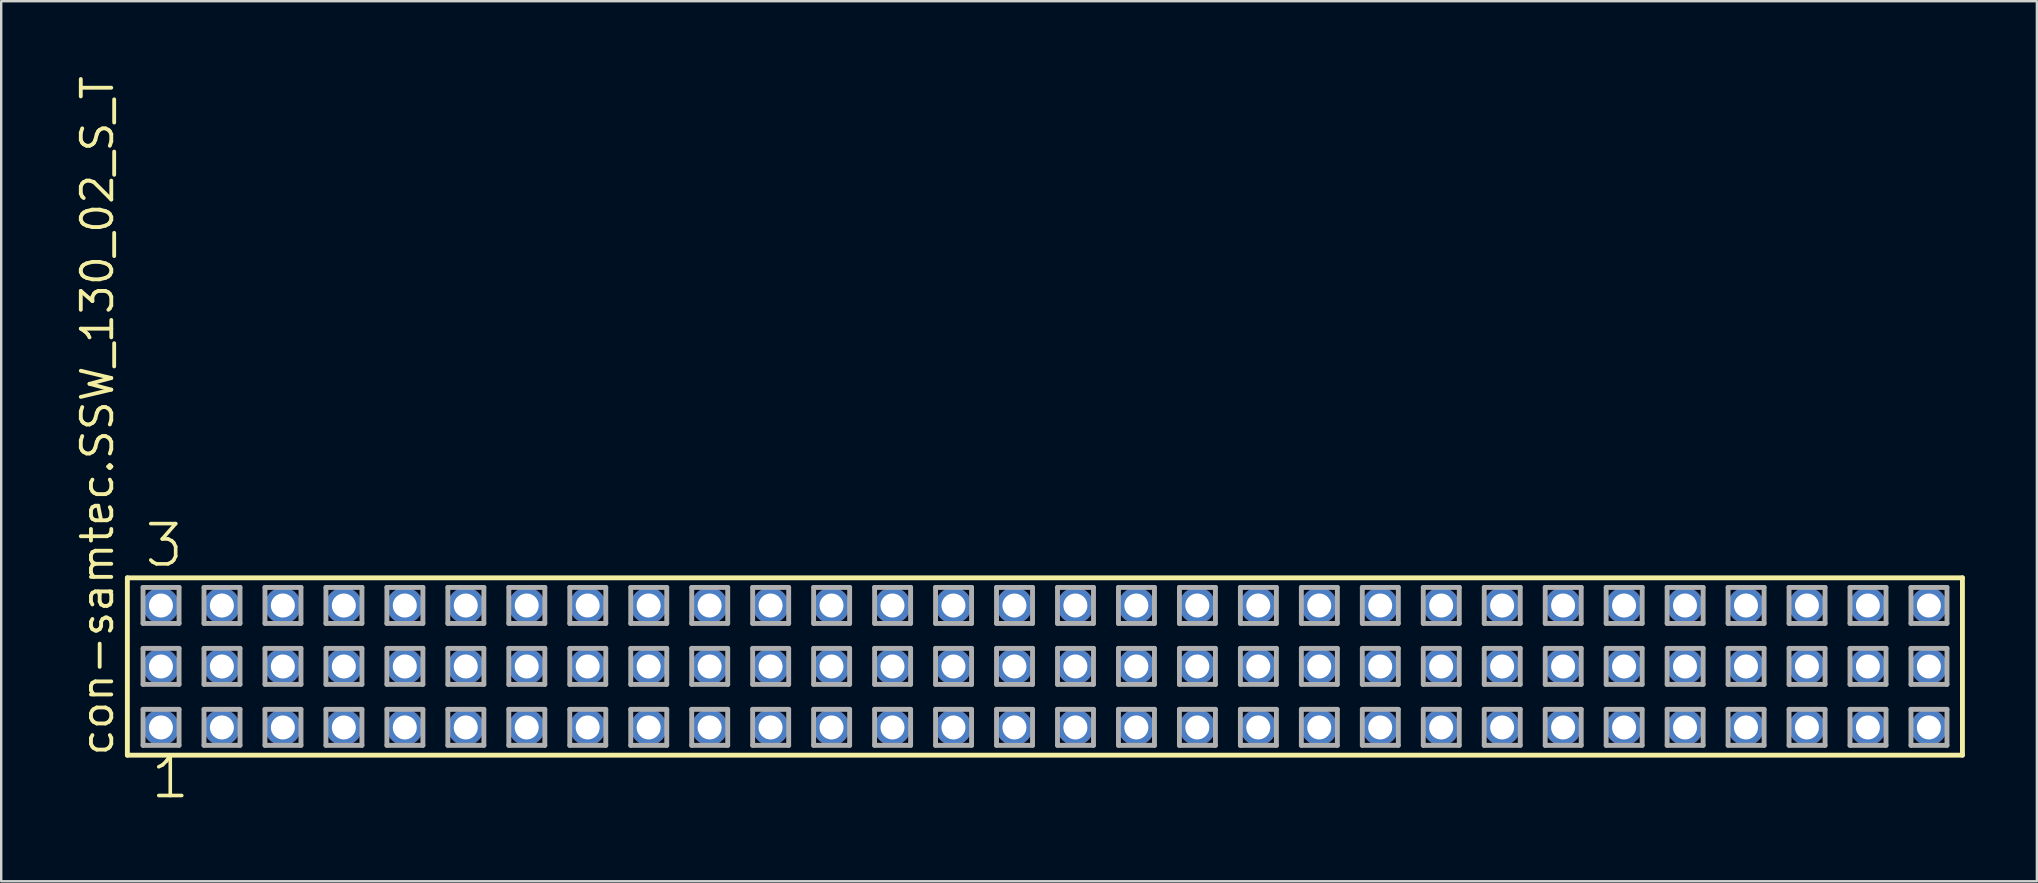
<source format=kicad_pcb>
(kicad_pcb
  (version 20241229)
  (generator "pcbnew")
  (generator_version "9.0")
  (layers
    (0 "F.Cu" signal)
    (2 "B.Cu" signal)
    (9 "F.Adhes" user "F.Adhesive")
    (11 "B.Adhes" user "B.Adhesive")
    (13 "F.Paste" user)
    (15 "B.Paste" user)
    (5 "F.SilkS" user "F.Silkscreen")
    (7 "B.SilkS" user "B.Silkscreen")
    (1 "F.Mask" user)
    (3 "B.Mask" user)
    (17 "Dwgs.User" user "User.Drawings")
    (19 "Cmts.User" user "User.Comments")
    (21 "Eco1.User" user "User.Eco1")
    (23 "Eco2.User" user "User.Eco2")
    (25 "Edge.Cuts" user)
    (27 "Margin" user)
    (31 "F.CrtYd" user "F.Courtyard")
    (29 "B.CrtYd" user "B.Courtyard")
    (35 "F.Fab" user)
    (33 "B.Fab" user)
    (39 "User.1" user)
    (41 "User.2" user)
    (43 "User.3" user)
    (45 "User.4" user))
  (footprint "con-samtec.SSW_130_02_S_T"
    (layer "F.Cu")
    (at 40.485 24.719)
    (property "Reference" "con-samtec.SSW_130_02_S_T" (at -38.735 3.81 90) (layer "F.SilkS") (effects (font (size 1.27 1.27) (thickness 0.16)) (justify left bottom)))
    (attr through_hole)
    (fp_line (start -38.229 -3.695) (end 38.229 -3.695) (stroke (width 0.203) (type default)) (layer "F.SilkS"))
    (fp_line (start -38.229 3.695) (end -38.229 -3.695) (stroke (width 0.203) (type default)) (layer "F.SilkS"))
    (fp_line (start 38.229 -3.695) (end 38.229 3.695) (stroke (width 0.203) (type default)) (layer "F.SilkS"))
    (fp_line (start 38.229 3.695) (end -38.229 3.695) (stroke (width 0.203) (type default)) (layer "F.SilkS"))
    (fp_line (start -37.575 -3.295) (end -36.075 -3.295) (stroke (width 0.203) (type default)) (layer "F.Fab"))
    (fp_line (start -37.575 -1.795) (end -37.575 -3.295) (stroke (width 0.203) (type default)) (layer "F.Fab"))
    (fp_line (start -37.575 -0.755) (end -36.075 -0.755) (stroke (width 0.203) (type default)) (layer "F.Fab"))
    (fp_line (start -37.575 0.745) (end -37.575 -0.755) (stroke (width 0.203) (type default)) (layer "F.Fab"))
    (fp_line (start -37.575 1.785) (end -36.075 1.785) (stroke (width 0.203) (type default)) (layer "F.Fab"))
    (fp_line (start -37.575 3.285) (end -37.575 1.785) (stroke (width 0.203) (type default)) (layer "F.Fab"))
    (fp_line (start -36.075 -3.295) (end -36.075 -1.795) (stroke (width 0.203) (type default)) (layer "F.Fab"))
    (fp_line (start -36.075 -1.795) (end -37.575 -1.795) (stroke (width 0.203) (type default)) (layer "F.Fab"))
    (fp_line (start -36.075 -0.755) (end -36.075 0.745) (stroke (width 0.203) (type default)) (layer "F.Fab"))
    (fp_line (start -36.075 0.745) (end -37.575 0.745) (stroke (width 0.203) (type default)) (layer "F.Fab"))
    (fp_line (start -36.075 1.785) (end -36.075 3.285) (stroke (width 0.203) (type default)) (layer "F.Fab"))
    (fp_line (start -36.075 3.285) (end -37.575 3.285) (stroke (width 0.203) (type default)) (layer "F.Fab"))
    (fp_line (start -35.035 -3.295) (end -33.535 -3.295) (stroke (width 0.203) (type default)) (layer "F.Fab"))
    (fp_line (start -35.035 -1.795) (end -35.035 -3.295) (stroke (width 0.203) (type default)) (layer "F.Fab"))
    (fp_line (start -35.035 -0.755) (end -33.535 -0.755) (stroke (width 0.203) (type default)) (layer "F.Fab"))
    (fp_line (start -35.035 0.745) (end -35.035 -0.755) (stroke (width 0.203) (type default)) (layer "F.Fab"))
    (fp_line (start -35.035 1.785) (end -33.535 1.785) (stroke (width 0.203) (type default)) (layer "F.Fab"))
    (fp_line (start -35.035 3.285) (end -35.035 1.785) (stroke (width 0.203) (type default)) (layer "F.Fab"))
    (fp_line (start -33.535 -3.295) (end -33.535 -1.795) (stroke (width 0.203) (type default)) (layer "F.Fab"))
    (fp_line (start -33.535 -1.795) (end -35.035 -1.795) (stroke (width 0.203) (type default)) (layer "F.Fab"))
    (fp_line (start -33.535 -0.755) (end -33.535 0.745) (stroke (width 0.203) (type default)) (layer "F.Fab"))
    (fp_line (start -33.535 0.745) (end -35.035 0.745) (stroke (width 0.203) (type default)) (layer "F.Fab"))
    (fp_line (start -33.535 1.785) (end -33.535 3.285) (stroke (width 0.203) (type default)) (layer "F.Fab"))
    (fp_line (start -33.535 3.285) (end -35.035 3.285) (stroke (width 0.203) (type default)) (layer "F.Fab"))
    (fp_line (start -32.495 -3.295) (end -30.995 -3.295) (stroke (width 0.203) (type default)) (layer "F.Fab"))
    (fp_line (start -32.495 -1.795) (end -32.495 -3.295) (stroke (width 0.203) (type default)) (layer "F.Fab"))
    (fp_line (start -32.495 -0.755) (end -30.995 -0.755) (stroke (width 0.203) (type default)) (layer "F.Fab"))
    (fp_line (start -32.495 0.745) (end -32.495 -0.755) (stroke (width 0.203) (type default)) (layer "F.Fab"))
    (fp_line (start -32.495 1.785) (end -30.995 1.785) (stroke (width 0.203) (type default)) (layer "F.Fab"))
    (fp_line (start -32.495 3.285) (end -32.495 1.785) (stroke (width 0.203) (type default)) (layer "F.Fab"))
    (fp_line (start -30.995 -3.295) (end -30.995 -1.795) (stroke (width 0.203) (type default)) (layer "F.Fab"))
    (fp_line (start -30.995 -1.795) (end -32.495 -1.795) (stroke (width 0.203) (type default)) (layer "F.Fab"))
    (fp_line (start -30.995 -0.755) (end -30.995 0.745) (stroke (width 0.203) (type default)) (layer "F.Fab"))
    (fp_line (start -30.995 0.745) (end -32.495 0.745) (stroke (width 0.203) (type default)) (layer "F.Fab"))
    (fp_line (start -30.995 1.785) (end -30.995 3.285) (stroke (width 0.203) (type default)) (layer "F.Fab"))
    (fp_line (start -30.995 3.285) (end -32.495 3.285) (stroke (width 0.203) (type default)) (layer "F.Fab"))
    (fp_line (start -29.955 -3.295) (end -28.455 -3.295) (stroke (width 0.203) (type default)) (layer "F.Fab"))
    (fp_line (start -29.955 -1.795) (end -29.955 -3.295) (stroke (width 0.203) (type default)) (layer "F.Fab"))
    (fp_line (start -29.955 -0.755) (end -28.455 -0.755) (stroke (width 0.203) (type default)) (layer "F.Fab"))
    (fp_line (start -29.955 0.745) (end -29.955 -0.755) (stroke (width 0.203) (type default)) (layer "F.Fab"))
    (fp_line (start -29.955 1.785) (end -28.455 1.785) (stroke (width 0.203) (type default)) (layer "F.Fab"))
    (fp_line (start -29.955 3.285) (end -29.955 1.785) (stroke (width 0.203) (type default)) (layer "F.Fab"))
    (fp_line (start -28.455 -3.295) (end -28.455 -1.795) (stroke (width 0.203) (type default)) (layer "F.Fab"))
    (fp_line (start -28.455 -1.795) (end -29.955 -1.795) (stroke (width 0.203) (type default)) (layer "F.Fab"))
    (fp_line (start -28.455 -0.755) (end -28.455 0.745) (stroke (width 0.203) (type default)) (layer "F.Fab"))
    (fp_line (start -28.455 0.745) (end -29.955 0.745) (stroke (width 0.203) (type default)) (layer "F.Fab"))
    (fp_line (start -28.455 1.785) (end -28.455 3.285) (stroke (width 0.203) (type default)) (layer "F.Fab"))
    (fp_line (start -28.455 3.285) (end -29.955 3.285) (stroke (width 0.203) (type default)) (layer "F.Fab"))
    (fp_line (start -27.415 -3.295) (end -25.915 -3.295) (stroke (width 0.203) (type default)) (layer "F.Fab"))
    (fp_line (start -27.415 -1.795) (end -27.415 -3.295) (stroke (width 0.203) (type default)) (layer "F.Fab"))
    (fp_line (start -27.415 -0.755) (end -25.915 -0.755) (stroke (width 0.203) (type default)) (layer "F.Fab"))
    (fp_line (start -27.415 0.745) (end -27.415 -0.755) (stroke (width 0.203) (type default)) (layer "F.Fab"))
    (fp_line (start -27.415 1.785) (end -25.915 1.785) (stroke (width 0.203) (type default)) (layer "F.Fab"))
    (fp_line (start -27.415 3.285) (end -27.415 1.785) (stroke (width 0.203) (type default)) (layer "F.Fab"))
    (fp_line (start -25.915 -3.295) (end -25.915 -1.795) (stroke (width 0.203) (type default)) (layer "F.Fab"))
    (fp_line (start -25.915 -1.795) (end -27.415 -1.795) (stroke (width 0.203) (type default)) (layer "F.Fab"))
    (fp_line (start -25.915 -0.755) (end -25.915 0.745) (stroke (width 0.203) (type default)) (layer "F.Fab"))
    (fp_line (start -25.915 0.745) (end -27.415 0.745) (stroke (width 0.203) (type default)) (layer "F.Fab"))
    (fp_line (start -25.915 1.785) (end -25.915 3.285) (stroke (width 0.203) (type default)) (layer "F.Fab"))
    (fp_line (start -25.915 3.285) (end -27.415 3.285) (stroke (width 0.203) (type default)) (layer "F.Fab"))
    (fp_line (start -24.875 -3.295) (end -23.375 -3.295) (stroke (width 0.203) (type default)) (layer "F.Fab"))
    (fp_line (start -24.875 -1.795) (end -24.875 -3.295) (stroke (width 0.203) (type default)) (layer "F.Fab"))
    (fp_line (start -24.875 -0.755) (end -23.375 -0.755) (stroke (width 0.203) (type default)) (layer "F.Fab"))
    (fp_line (start -24.875 0.745) (end -24.875 -0.755) (stroke (width 0.203) (type default)) (layer "F.Fab"))
    (fp_line (start -24.875 1.785) (end -23.375 1.785) (stroke (width 0.203) (type default)) (layer "F.Fab"))
    (fp_line (start -24.875 3.285) (end -24.875 1.785) (stroke (width 0.203) (type default)) (layer "F.Fab"))
    (fp_line (start -23.375 -3.295) (end -23.375 -1.795) (stroke (width 0.203) (type default)) (layer "F.Fab"))
    (fp_line (start -23.375 -1.795) (end -24.875 -1.795) (stroke (width 0.203) (type default)) (layer "F.Fab"))
    (fp_line (start -23.375 -0.755) (end -23.375 0.745) (stroke (width 0.203) (type default)) (layer "F.Fab"))
    (fp_line (start -23.375 0.745) (end -24.875 0.745) (stroke (width 0.203) (type default)) (layer "F.Fab"))
    (fp_line (start -23.375 1.785) (end -23.375 3.285) (stroke (width 0.203) (type default)) (layer "F.Fab"))
    (fp_line (start -23.375 3.285) (end -24.875 3.285) (stroke (width 0.203) (type default)) (layer "F.Fab"))
    (fp_line (start -22.335 -3.295) (end -20.835 -3.295) (stroke (width 0.203) (type default)) (layer "F.Fab"))
    (fp_line (start -22.335 -1.795) (end -22.335 -3.295) (stroke (width 0.203) (type default)) (layer "F.Fab"))
    (fp_line (start -22.335 -0.755) (end -20.835 -0.755) (stroke (width 0.203) (type default)) (layer "F.Fab"))
    (fp_line (start -22.335 0.745) (end -22.335 -0.755) (stroke (width 0.203) (type default)) (layer "F.Fab"))
    (fp_line (start -22.335 1.785) (end -20.835 1.785) (stroke (width 0.203) (type default)) (layer "F.Fab"))
    (fp_line (start -22.335 3.285) (end -22.335 1.785) (stroke (width 0.203) (type default)) (layer "F.Fab"))
    (fp_line (start -20.835 -3.295) (end -20.835 -1.795) (stroke (width 0.203) (type default)) (layer "F.Fab"))
    (fp_line (start -20.835 -1.795) (end -22.335 -1.795) (stroke (width 0.203) (type default)) (layer "F.Fab"))
    (fp_line (start -20.835 -0.755) (end -20.835 0.745) (stroke (width 0.203) (type default)) (layer "F.Fab"))
    (fp_line (start -20.835 0.745) (end -22.335 0.745) (stroke (width 0.203) (type default)) (layer "F.Fab"))
    (fp_line (start -20.835 1.785) (end -20.835 3.285) (stroke (width 0.203) (type default)) (layer "F.Fab"))
    (fp_line (start -20.835 3.285) (end -22.335 3.285) (stroke (width 0.203) (type default)) (layer "F.Fab"))
    (fp_line (start -19.795 -3.295) (end -18.295 -3.295) (stroke (width 0.203) (type default)) (layer "F.Fab"))
    (fp_line (start -19.795 -1.795) (end -19.795 -3.295) (stroke (width 0.203) (type default)) (layer "F.Fab"))
    (fp_line (start -19.795 -0.755) (end -18.295 -0.755) (stroke (width 0.203) (type default)) (layer "F.Fab"))
    (fp_line (start -19.795 0.745) (end -19.795 -0.755) (stroke (width 0.203) (type default)) (layer "F.Fab"))
    (fp_line (start -19.795 1.785) (end -18.295 1.785) (stroke (width 0.203) (type default)) (layer "F.Fab"))
    (fp_line (start -19.795 3.285) (end -19.795 1.785) (stroke (width 0.203) (type default)) (layer "F.Fab"))
    (fp_line (start -18.295 -3.295) (end -18.295 -1.795) (stroke (width 0.203) (type default)) (layer "F.Fab"))
    (fp_line (start -18.295 -1.795) (end -19.795 -1.795) (stroke (width 0.203) (type default)) (layer "F.Fab"))
    (fp_line (start -18.295 -0.755) (end -18.295 0.745) (stroke (width 0.203) (type default)) (layer "F.Fab"))
    (fp_line (start -18.295 0.745) (end -19.795 0.745) (stroke (width 0.203) (type default)) (layer "F.Fab"))
    (fp_line (start -18.295 1.785) (end -18.295 3.285) (stroke (width 0.203) (type default)) (layer "F.Fab"))
    (fp_line (start -18.295 3.285) (end -19.795 3.285) (stroke (width 0.203) (type default)) (layer "F.Fab"))
    (fp_line (start -17.255 -3.295) (end -15.755 -3.295) (stroke (width 0.203) (type default)) (layer "F.Fab"))
    (fp_line (start -17.255 -1.795) (end -17.255 -3.295) (stroke (width 0.203) (type default)) (layer "F.Fab"))
    (fp_line (start -17.255 -0.755) (end -15.755 -0.755) (stroke (width 0.203) (type default)) (layer "F.Fab"))
    (fp_line (start -17.255 0.745) (end -17.255 -0.755) (stroke (width 0.203) (type default)) (layer "F.Fab"))
    (fp_line (start -17.255 1.785) (end -15.755 1.785) (stroke (width 0.203) (type default)) (layer "F.Fab"))
    (fp_line (start -17.255 3.285) (end -17.255 1.785) (stroke (width 0.203) (type default)) (layer "F.Fab"))
    (fp_line (start -15.755 -3.295) (end -15.755 -1.795) (stroke (width 0.203) (type default)) (layer "F.Fab"))
    (fp_line (start -15.755 -1.795) (end -17.255 -1.795) (stroke (width 0.203) (type default)) (layer "F.Fab"))
    (fp_line (start -15.755 -0.755) (end -15.755 0.745) (stroke (width 0.203) (type default)) (layer "F.Fab"))
    (fp_line (start -15.755 0.745) (end -17.255 0.745) (stroke (width 0.203) (type default)) (layer "F.Fab"))
    (fp_line (start -15.755 1.785) (end -15.755 3.285) (stroke (width 0.203) (type default)) (layer "F.Fab"))
    (fp_line (start -15.755 3.285) (end -17.255 3.285) (stroke (width 0.203) (type default)) (layer "F.Fab"))
    (fp_line (start -14.715 -3.295) (end -13.215 -3.295) (stroke (width 0.203) (type default)) (layer "F.Fab"))
    (fp_line (start -14.715 -1.795) (end -14.715 -3.295) (stroke (width 0.203) (type default)) (layer "F.Fab"))
    (fp_line (start -14.715 -0.755) (end -13.215 -0.755) (stroke (width 0.203) (type default)) (layer "F.Fab"))
    (fp_line (start -14.715 0.745) (end -14.715 -0.755) (stroke (width 0.203) (type default)) (layer "F.Fab"))
    (fp_line (start -14.715 1.785) (end -13.215 1.785) (stroke (width 0.203) (type default)) (layer "F.Fab"))
    (fp_line (start -14.715 3.285) (end -14.715 1.785) (stroke (width 0.203) (type default)) (layer "F.Fab"))
    (fp_line (start -13.215 -3.295) (end -13.215 -1.795) (stroke (width 0.203) (type default)) (layer "F.Fab"))
    (fp_line (start -13.215 -1.795) (end -14.715 -1.795) (stroke (width 0.203) (type default)) (layer "F.Fab"))
    (fp_line (start -13.215 -0.755) (end -13.215 0.745) (stroke (width 0.203) (type default)) (layer "F.Fab"))
    (fp_line (start -13.215 0.745) (end -14.715 0.745) (stroke (width 0.203) (type default)) (layer "F.Fab"))
    (fp_line (start -13.215 1.785) (end -13.215 3.285) (stroke (width 0.203) (type default)) (layer "F.Fab"))
    (fp_line (start -13.215 3.285) (end -14.715 3.285) (stroke (width 0.203) (type default)) (layer "F.Fab"))
    (fp_line (start -12.175 -3.295) (end -10.675 -3.295) (stroke (width 0.203) (type default)) (layer "F.Fab"))
    (fp_line (start -12.175 -1.795) (end -12.175 -3.295) (stroke (width 0.203) (type default)) (layer "F.Fab"))
    (fp_line (start -12.175 -0.755) (end -10.675 -0.755) (stroke (width 0.203) (type default)) (layer "F.Fab"))
    (fp_line (start -12.175 0.745) (end -12.175 -0.755) (stroke (width 0.203) (type default)) (layer "F.Fab"))
    (fp_line (start -12.175 1.785) (end -10.675 1.785) (stroke (width 0.203) (type default)) (layer "F.Fab"))
    (fp_line (start -12.175 3.285) (end -12.175 1.785) (stroke (width 0.203) (type default)) (layer "F.Fab"))
    (fp_line (start -10.675 -3.295) (end -10.675 -1.795) (stroke (width 0.203) (type default)) (layer "F.Fab"))
    (fp_line (start -10.675 -1.795) (end -12.175 -1.795) (stroke (width 0.203) (type default)) (layer "F.Fab"))
    (fp_line (start -10.675 -0.755) (end -10.675 0.745) (stroke (width 0.203) (type default)) (layer "F.Fab"))
    (fp_line (start -10.675 0.745) (end -12.175 0.745) (stroke (width 0.203) (type default)) (layer "F.Fab"))
    (fp_line (start -10.675 1.785) (end -10.675 3.285) (stroke (width 0.203) (type default)) (layer "F.Fab"))
    (fp_line (start -10.675 3.285) (end -12.175 3.285) (stroke (width 0.203) (type default)) (layer "F.Fab"))
    (fp_line (start -9.635 -3.295) (end -8.135 -3.295) (stroke (width 0.203) (type default)) (layer "F.Fab"))
    (fp_line (start -9.635 -1.795) (end -9.635 -3.295) (stroke (width 0.203) (type default)) (layer "F.Fab"))
    (fp_line (start -9.635 -0.755) (end -8.135 -0.755) (stroke (width 0.203) (type default)) (layer "F.Fab"))
    (fp_line (start -9.635 0.745) (end -9.635 -0.755) (stroke (width 0.203) (type default)) (layer "F.Fab"))
    (fp_line (start -9.635 1.785) (end -8.135 1.785) (stroke (width 0.203) (type default)) (layer "F.Fab"))
    (fp_line (start -9.635 3.285) (end -9.635 1.785) (stroke (width 0.203) (type default)) (layer "F.Fab"))
    (fp_line (start -8.135 -3.295) (end -8.135 -1.795) (stroke (width 0.203) (type default)) (layer "F.Fab"))
    (fp_line (start -8.135 -1.795) (end -9.635 -1.795) (stroke (width 0.203) (type default)) (layer "F.Fab"))
    (fp_line (start -8.135 -0.755) (end -8.135 0.745) (stroke (width 0.203) (type default)) (layer "F.Fab"))
    (fp_line (start -8.135 0.745) (end -9.635 0.745) (stroke (width 0.203) (type default)) (layer "F.Fab"))
    (fp_line (start -8.135 1.785) (end -8.135 3.285) (stroke (width 0.203) (type default)) (layer "F.Fab"))
    (fp_line (start -8.135 3.285) (end -9.635 3.285) (stroke (width 0.203) (type default)) (layer "F.Fab"))
    (fp_line (start -7.095 -3.295) (end -5.595 -3.295) (stroke (width 0.203) (type default)) (layer "F.Fab"))
    (fp_line (start -7.095 -1.795) (end -7.095 -3.295) (stroke (width 0.203) (type default)) (layer "F.Fab"))
    (fp_line (start -7.095 -0.755) (end -5.595 -0.755) (stroke (width 0.203) (type default)) (layer "F.Fab"))
    (fp_line (start -7.095 0.745) (end -7.095 -0.755) (stroke (width 0.203) (type default)) (layer "F.Fab"))
    (fp_line (start -7.095 1.785) (end -5.595 1.785) (stroke (width 0.203) (type default)) (layer "F.Fab"))
    (fp_line (start -7.095 3.285) (end -7.095 1.785) (stroke (width 0.203) (type default)) (layer "F.Fab"))
    (fp_line (start -5.595 -3.295) (end -5.595 -1.795) (stroke (width 0.203) (type default)) (layer "F.Fab"))
    (fp_line (start -5.595 -1.795) (end -7.095 -1.795) (stroke (width 0.203) (type default)) (layer "F.Fab"))
    (fp_line (start -5.595 -0.755) (end -5.595 0.745) (stroke (width 0.203) (type default)) (layer "F.Fab"))
    (fp_line (start -5.595 0.745) (end -7.095 0.745) (stroke (width 0.203) (type default)) (layer "F.Fab"))
    (fp_line (start -5.595 1.785) (end -5.595 3.285) (stroke (width 0.203) (type default)) (layer "F.Fab"))
    (fp_line (start -5.595 3.285) (end -7.095 3.285) (stroke (width 0.203) (type default)) (layer "F.Fab"))
    (fp_line (start -4.555 -3.295) (end -3.055 -3.295) (stroke (width 0.203) (type default)) (layer "F.Fab"))
    (fp_line (start -4.555 -1.795) (end -4.555 -3.295) (stroke (width 0.203) (type default)) (layer "F.Fab"))
    (fp_line (start -4.555 -0.755) (end -3.055 -0.755) (stroke (width 0.203) (type default)) (layer "F.Fab"))
    (fp_line (start -4.555 0.745) (end -4.555 -0.755) (stroke (width 0.203) (type default)) (layer "F.Fab"))
    (fp_line (start -4.555 1.785) (end -3.055 1.785) (stroke (width 0.203) (type default)) (layer "F.Fab"))
    (fp_line (start -4.555 3.285) (end -4.555 1.785) (stroke (width 0.203) (type default)) (layer "F.Fab"))
    (fp_line (start -3.055 -3.295) (end -3.055 -1.795) (stroke (width 0.203) (type default)) (layer "F.Fab"))
    (fp_line (start -3.055 -1.795) (end -4.555 -1.795) (stroke (width 0.203) (type default)) (layer "F.Fab"))
    (fp_line (start -3.055 -0.755) (end -3.055 0.745) (stroke (width 0.203) (type default)) (layer "F.Fab"))
    (fp_line (start -3.055 0.745) (end -4.555 0.745) (stroke (width 0.203) (type default)) (layer "F.Fab"))
    (fp_line (start -3.055 1.785) (end -3.055 3.285) (stroke (width 0.203) (type default)) (layer "F.Fab"))
    (fp_line (start -3.055 3.285) (end -4.555 3.285) (stroke (width 0.203) (type default)) (layer "F.Fab"))
    (fp_line (start -2.015 -3.295) (end -0.515 -3.295) (stroke (width 0.203) (type default)) (layer "F.Fab"))
    (fp_line (start -2.015 -1.795) (end -2.015 -3.295) (stroke (width 0.203) (type default)) (layer "F.Fab"))
    (fp_line (start -2.015 -0.755) (end -0.515 -0.755) (stroke (width 0.203) (type default)) (layer "F.Fab"))
    (fp_line (start -2.015 0.745) (end -2.015 -0.755) (stroke (width 0.203) (type default)) (layer "F.Fab"))
    (fp_line (start -2.015 1.785) (end -0.515 1.785) (stroke (width 0.203) (type default)) (layer "F.Fab"))
    (fp_line (start -2.015 3.285) (end -2.015 1.785) (stroke (width 0.203) (type default)) (layer "F.Fab"))
    (fp_line (start -0.515 -3.295) (end -0.515 -1.795) (stroke (width 0.203) (type default)) (layer "F.Fab"))
    (fp_line (start -0.515 -1.795) (end -2.015 -1.795) (stroke (width 0.203) (type default)) (layer "F.Fab"))
    (fp_line (start -0.515 -0.755) (end -0.515 0.745) (stroke (width 0.203) (type default)) (layer "F.Fab"))
    (fp_line (start -0.515 0.745) (end -2.015 0.745) (stroke (width 0.203) (type default)) (layer "F.Fab"))
    (fp_line (start -0.515 1.785) (end -0.515 3.285) (stroke (width 0.203) (type default)) (layer "F.Fab"))
    (fp_line (start -0.515 3.285) (end -2.015 3.285) (stroke (width 0.203) (type default)) (layer "F.Fab"))
    (fp_line (start 0.525 -3.295) (end 2.025 -3.295) (stroke (width 0.203) (type default)) (layer "F.Fab"))
    (fp_line (start 0.525 -1.795) (end 0.525 -3.295) (stroke (width 0.203) (type default)) (layer "F.Fab"))
    (fp_line (start 0.525 -0.755) (end 2.025 -0.755) (stroke (width 0.203) (type default)) (layer "F.Fab"))
    (fp_line (start 0.525 0.745) (end 0.525 -0.755) (stroke (width 0.203) (type default)) (layer "F.Fab"))
    (fp_line (start 0.525 1.785) (end 2.025 1.785) (stroke (width 0.203) (type default)) (layer "F.Fab"))
    (fp_line (start 0.525 3.285) (end 0.525 1.785) (stroke (width 0.203) (type default)) (layer "F.Fab"))
    (fp_line (start 2.025 -3.295) (end 2.025 -1.795) (stroke (width 0.203) (type default)) (layer "F.Fab"))
    (fp_line (start 2.025 -1.795) (end 0.525 -1.795) (stroke (width 0.203) (type default)) (layer "F.Fab"))
    (fp_line (start 2.025 -0.755) (end 2.025 0.745) (stroke (width 0.203) (type default)) (layer "F.Fab"))
    (fp_line (start 2.025 0.745) (end 0.525 0.745) (stroke (width 0.203) (type default)) (layer "F.Fab"))
    (fp_line (start 2.025 1.785) (end 2.025 3.285) (stroke (width 0.203) (type default)) (layer "F.Fab"))
    (fp_line (start 2.025 3.285) (end 0.525 3.285) (stroke (width 0.203) (type default)) (layer "F.Fab"))
    (fp_line (start 3.065 -3.295) (end 4.565 -3.295) (stroke (width 0.203) (type default)) (layer "F.Fab"))
    (fp_line (start 3.065 -1.795) (end 3.065 -3.295) (stroke (width 0.203) (type default)) (layer "F.Fab"))
    (fp_line (start 3.065 -0.755) (end 4.565 -0.755) (stroke (width 0.203) (type default)) (layer "F.Fab"))
    (fp_line (start 3.065 0.745) (end 3.065 -0.755) (stroke (width 0.203) (type default)) (layer "F.Fab"))
    (fp_line (start 3.065 1.785) (end 4.565 1.785) (stroke (width 0.203) (type default)) (layer "F.Fab"))
    (fp_line (start 3.065 3.285) (end 3.065 1.785) (stroke (width 0.203) (type default)) (layer "F.Fab"))
    (fp_line (start 4.565 -3.295) (end 4.565 -1.795) (stroke (width 0.203) (type default)) (layer "F.Fab"))
    (fp_line (start 4.565 -1.795) (end 3.065 -1.795) (stroke (width 0.203) (type default)) (layer "F.Fab"))
    (fp_line (start 4.565 -0.755) (end 4.565 0.745) (stroke (width 0.203) (type default)) (layer "F.Fab"))
    (fp_line (start 4.565 0.745) (end 3.065 0.745) (stroke (width 0.203) (type default)) (layer "F.Fab"))
    (fp_line (start 4.565 1.785) (end 4.565 3.285) (stroke (width 0.203) (type default)) (layer "F.Fab"))
    (fp_line (start 4.565 3.285) (end 3.065 3.285) (stroke (width 0.203) (type default)) (layer "F.Fab"))
    (fp_line (start 5.605 -3.295) (end 7.105 -3.295) (stroke (width 0.203) (type default)) (layer "F.Fab"))
    (fp_line (start 5.605 -1.795) (end 5.605 -3.295) (stroke (width 0.203) (type default)) (layer "F.Fab"))
    (fp_line (start 5.605 -0.755) (end 7.105 -0.755) (stroke (width 0.203) (type default)) (layer "F.Fab"))
    (fp_line (start 5.605 0.745) (end 5.605 -0.755) (stroke (width 0.203) (type default)) (layer "F.Fab"))
    (fp_line (start 5.605 1.785) (end 7.105 1.785) (stroke (width 0.203) (type default)) (layer "F.Fab"))
    (fp_line (start 5.605 3.285) (end 5.605 1.785) (stroke (width 0.203) (type default)) (layer "F.Fab"))
    (fp_line (start 7.105 -3.295) (end 7.105 -1.795) (stroke (width 0.203) (type default)) (layer "F.Fab"))
    (fp_line (start 7.105 -1.795) (end 5.605 -1.795) (stroke (width 0.203) (type default)) (layer "F.Fab"))
    (fp_line (start 7.105 -0.755) (end 7.105 0.745) (stroke (width 0.203) (type default)) (layer "F.Fab"))
    (fp_line (start 7.105 0.745) (end 5.605 0.745) (stroke (width 0.203) (type default)) (layer "F.Fab"))
    (fp_line (start 7.105 1.785) (end 7.105 3.285) (stroke (width 0.203) (type default)) (layer "F.Fab"))
    (fp_line (start 7.105 3.285) (end 5.605 3.285) (stroke (width 0.203) (type default)) (layer "F.Fab"))
    (fp_line (start 8.145 -3.295) (end 9.645 -3.295) (stroke (width 0.203) (type default)) (layer "F.Fab"))
    (fp_line (start 8.145 -1.795) (end 8.145 -3.295) (stroke (width 0.203) (type default)) (layer "F.Fab"))
    (fp_line (start 8.145 -0.755) (end 9.645 -0.755) (stroke (width 0.203) (type default)) (layer "F.Fab"))
    (fp_line (start 8.145 0.745) (end 8.145 -0.755) (stroke (width 0.203) (type default)) (layer "F.Fab"))
    (fp_line (start 8.145 1.785) (end 9.645 1.785) (stroke (width 0.203) (type default)) (layer "F.Fab"))
    (fp_line (start 8.145 3.285) (end 8.145 1.785) (stroke (width 0.203) (type default)) (layer "F.Fab"))
    (fp_line (start 9.645 -3.295) (end 9.645 -1.795) (stroke (width 0.203) (type default)) (layer "F.Fab"))
    (fp_line (start 9.645 -1.795) (end 8.145 -1.795) (stroke (width 0.203) (type default)) (layer "F.Fab"))
    (fp_line (start 9.645 -0.755) (end 9.645 0.745) (stroke (width 0.203) (type default)) (layer "F.Fab"))
    (fp_line (start 9.645 0.745) (end 8.145 0.745) (stroke (width 0.203) (type default)) (layer "F.Fab"))
    (fp_line (start 9.645 1.785) (end 9.645 3.285) (stroke (width 0.203) (type default)) (layer "F.Fab"))
    (fp_line (start 9.645 3.285) (end 8.145 3.285) (stroke (width 0.203) (type default)) (layer "F.Fab"))
    (fp_line (start 10.685 -3.295) (end 12.185 -3.295) (stroke (width 0.203) (type default)) (layer "F.Fab"))
    (fp_line (start 10.685 -1.795) (end 10.685 -3.295) (stroke (width 0.203) (type default)) (layer "F.Fab"))
    (fp_line (start 10.685 -0.755) (end 12.185 -0.755) (stroke (width 0.203) (type default)) (layer "F.Fab"))
    (fp_line (start 10.685 0.745) (end 10.685 -0.755) (stroke (width 0.203) (type default)) (layer "F.Fab"))
    (fp_line (start 10.685 1.785) (end 12.185 1.785) (stroke (width 0.203) (type default)) (layer "F.Fab"))
    (fp_line (start 10.685 3.285) (end 10.685 1.785) (stroke (width 0.203) (type default)) (layer "F.Fab"))
    (fp_line (start 12.185 -3.295) (end 12.185 -1.795) (stroke (width 0.203) (type default)) (layer "F.Fab"))
    (fp_line (start 12.185 -1.795) (end 10.685 -1.795) (stroke (width 0.203) (type default)) (layer "F.Fab"))
    (fp_line (start 12.185 -0.755) (end 12.185 0.745) (stroke (width 0.203) (type default)) (layer "F.Fab"))
    (fp_line (start 12.185 0.745) (end 10.685 0.745) (stroke (width 0.203) (type default)) (layer "F.Fab"))
    (fp_line (start 12.185 1.785) (end 12.185 3.285) (stroke (width 0.203) (type default)) (layer "F.Fab"))
    (fp_line (start 12.185 3.285) (end 10.685 3.285) (stroke (width 0.203) (type default)) (layer "F.Fab"))
    (fp_line (start 13.225 -3.295) (end 14.725 -3.295) (stroke (width 0.203) (type default)) (layer "F.Fab"))
    (fp_line (start 13.225 -1.795) (end 13.225 -3.295) (stroke (width 0.203) (type default)) (layer "F.Fab"))
    (fp_line (start 13.225 -0.755) (end 14.725 -0.755) (stroke (width 0.203) (type default)) (layer "F.Fab"))
    (fp_line (start 13.225 0.745) (end 13.225 -0.755) (stroke (width 0.203) (type default)) (layer "F.Fab"))
    (fp_line (start 13.225 1.785) (end 14.725 1.785) (stroke (width 0.203) (type default)) (layer "F.Fab"))
    (fp_line (start 13.225 3.285) (end 13.225 1.785) (stroke (width 0.203) (type default)) (layer "F.Fab"))
    (fp_line (start 14.725 -3.295) (end 14.725 -1.795) (stroke (width 0.203) (type default)) (layer "F.Fab"))
    (fp_line (start 14.725 -1.795) (end 13.225 -1.795) (stroke (width 0.203) (type default)) (layer "F.Fab"))
    (fp_line (start 14.725 -0.755) (end 14.725 0.745) (stroke (width 0.203) (type default)) (layer "F.Fab"))
    (fp_line (start 14.725 0.745) (end 13.225 0.745) (stroke (width 0.203) (type default)) (layer "F.Fab"))
    (fp_line (start 14.725 1.785) (end 14.725 3.285) (stroke (width 0.203) (type default)) (layer "F.Fab"))
    (fp_line (start 14.725 3.285) (end 13.225 3.285) (stroke (width 0.203) (type default)) (layer "F.Fab"))
    (fp_line (start 15.765 -3.295) (end 17.265 -3.295) (stroke (width 0.203) (type default)) (layer "F.Fab"))
    (fp_line (start 15.765 -1.795) (end 15.765 -3.295) (stroke (width 0.203) (type default)) (layer "F.Fab"))
    (fp_line (start 15.765 -0.755) (end 17.265 -0.755) (stroke (width 0.203) (type default)) (layer "F.Fab"))
    (fp_line (start 15.765 0.745) (end 15.765 -0.755) (stroke (width 0.203) (type default)) (layer "F.Fab"))
    (fp_line (start 15.765 1.785) (end 17.265 1.785) (stroke (width 0.203) (type default)) (layer "F.Fab"))
    (fp_line (start 15.765 3.285) (end 15.765 1.785) (stroke (width 0.203) (type default)) (layer "F.Fab"))
    (fp_line (start 17.265 -3.295) (end 17.265 -1.795) (stroke (width 0.203) (type default)) (layer "F.Fab"))
    (fp_line (start 17.265 -1.795) (end 15.765 -1.795) (stroke (width 0.203) (type default)) (layer "F.Fab"))
    (fp_line (start 17.265 -0.755) (end 17.265 0.745) (stroke (width 0.203) (type default)) (layer "F.Fab"))
    (fp_line (start 17.265 0.745) (end 15.765 0.745) (stroke (width 0.203) (type default)) (layer "F.Fab"))
    (fp_line (start 17.265 1.785) (end 17.265 3.285) (stroke (width 0.203) (type default)) (layer "F.Fab"))
    (fp_line (start 17.265 3.285) (end 15.765 3.285) (stroke (width 0.203) (type default)) (layer "F.Fab"))
    (fp_line (start 18.305 -3.295) (end 19.805 -3.295) (stroke (width 0.203) (type default)) (layer "F.Fab"))
    (fp_line (start 18.305 -1.795) (end 18.305 -3.295) (stroke (width 0.203) (type default)) (layer "F.Fab"))
    (fp_line (start 18.305 -0.755) (end 19.805 -0.755) (stroke (width 0.203) (type default)) (layer "F.Fab"))
    (fp_line (start 18.305 0.745) (end 18.305 -0.755) (stroke (width 0.203) (type default)) (layer "F.Fab"))
    (fp_line (start 18.305 1.785) (end 19.805 1.785) (stroke (width 0.203) (type default)) (layer "F.Fab"))
    (fp_line (start 18.305 3.285) (end 18.305 1.785) (stroke (width 0.203) (type default)) (layer "F.Fab"))
    (fp_line (start 19.805 -3.295) (end 19.805 -1.795) (stroke (width 0.203) (type default)) (layer "F.Fab"))
    (fp_line (start 19.805 -1.795) (end 18.305 -1.795) (stroke (width 0.203) (type default)) (layer "F.Fab"))
    (fp_line (start 19.805 -0.755) (end 19.805 0.745) (stroke (width 0.203) (type default)) (layer "F.Fab"))
    (fp_line (start 19.805 0.745) (end 18.305 0.745) (stroke (width 0.203) (type default)) (layer "F.Fab"))
    (fp_line (start 19.805 1.785) (end 19.805 3.285) (stroke (width 0.203) (type default)) (layer "F.Fab"))
    (fp_line (start 19.805 3.285) (end 18.305 3.285) (stroke (width 0.203) (type default)) (layer "F.Fab"))
    (fp_line (start 20.845 -3.295) (end 22.345 -3.295) (stroke (width 0.203) (type default)) (layer "F.Fab"))
    (fp_line (start 20.845 -1.795) (end 20.845 -3.295) (stroke (width 0.203) (type default)) (layer "F.Fab"))
    (fp_line (start 20.845 -0.755) (end 22.345 -0.755) (stroke (width 0.203) (type default)) (layer "F.Fab"))
    (fp_line (start 20.845 0.745) (end 20.845 -0.755) (stroke (width 0.203) (type default)) (layer "F.Fab"))
    (fp_line (start 20.845 1.785) (end 22.345 1.785) (stroke (width 0.203) (type default)) (layer "F.Fab"))
    (fp_line (start 20.845 3.285) (end 20.845 1.785) (stroke (width 0.203) (type default)) (layer "F.Fab"))
    (fp_line (start 22.345 -3.295) (end 22.345 -1.795) (stroke (width 0.203) (type default)) (layer "F.Fab"))
    (fp_line (start 22.345 -1.795) (end 20.845 -1.795) (stroke (width 0.203) (type default)) (layer "F.Fab"))
    (fp_line (start 22.345 -0.755) (end 22.345 0.745) (stroke (width 0.203) (type default)) (layer "F.Fab"))
    (fp_line (start 22.345 0.745) (end 20.845 0.745) (stroke (width 0.203) (type default)) (layer "F.Fab"))
    (fp_line (start 22.345 1.785) (end 22.345 3.285) (stroke (width 0.203) (type default)) (layer "F.Fab"))
    (fp_line (start 22.345 3.285) (end 20.845 3.285) (stroke (width 0.203) (type default)) (layer "F.Fab"))
    (fp_line (start 23.385 -3.295) (end 24.885 -3.295) (stroke (width 0.203) (type default)) (layer "F.Fab"))
    (fp_line (start 23.385 -1.795) (end 23.385 -3.295) (stroke (width 0.203) (type default)) (layer "F.Fab"))
    (fp_line (start 23.385 -0.755) (end 24.885 -0.755) (stroke (width 0.203) (type default)) (layer "F.Fab"))
    (fp_line (start 23.385 0.745) (end 23.385 -0.755) (stroke (width 0.203) (type default)) (layer "F.Fab"))
    (fp_line (start 23.385 1.785) (end 24.885 1.785) (stroke (width 0.203) (type default)) (layer "F.Fab"))
    (fp_line (start 23.385 3.285) (end 23.385 1.785) (stroke (width 0.203) (type default)) (layer "F.Fab"))
    (fp_line (start 24.885 -3.295) (end 24.885 -1.795) (stroke (width 0.203) (type default)) (layer "F.Fab"))
    (fp_line (start 24.885 -1.795) (end 23.385 -1.795) (stroke (width 0.203) (type default)) (layer "F.Fab"))
    (fp_line (start 24.885 -0.755) (end 24.885 0.745) (stroke (width 0.203) (type default)) (layer "F.Fab"))
    (fp_line (start 24.885 0.745) (end 23.385 0.745) (stroke (width 0.203) (type default)) (layer "F.Fab"))
    (fp_line (start 24.885 1.785) (end 24.885 3.285) (stroke (width 0.203) (type default)) (layer "F.Fab"))
    (fp_line (start 24.885 3.285) (end 23.385 3.285) (stroke (width 0.203) (type default)) (layer "F.Fab"))
    (fp_line (start 25.925 -3.295) (end 27.425 -3.295) (stroke (width 0.203) (type default)) (layer "F.Fab"))
    (fp_line (start 25.925 -1.795) (end 25.925 -3.295) (stroke (width 0.203) (type default)) (layer "F.Fab"))
    (fp_line (start 25.925 -0.755) (end 27.425 -0.755) (stroke (width 0.203) (type default)) (layer "F.Fab"))
    (fp_line (start 25.925 0.745) (end 25.925 -0.755) (stroke (width 0.203) (type default)) (layer "F.Fab"))
    (fp_line (start 25.925 1.785) (end 27.425 1.785) (stroke (width 0.203) (type default)) (layer "F.Fab"))
    (fp_line (start 25.925 3.285) (end 25.925 1.785) (stroke (width 0.203) (type default)) (layer "F.Fab"))
    (fp_line (start 27.425 -3.295) (end 27.425 -1.795) (stroke (width 0.203) (type default)) (layer "F.Fab"))
    (fp_line (start 27.425 -1.795) (end 25.925 -1.795) (stroke (width 0.203) (type default)) (layer "F.Fab"))
    (fp_line (start 27.425 -0.755) (end 27.425 0.745) (stroke (width 0.203) (type default)) (layer "F.Fab"))
    (fp_line (start 27.425 0.745) (end 25.925 0.745) (stroke (width 0.203) (type default)) (layer "F.Fab"))
    (fp_line (start 27.425 1.785) (end 27.425 3.285) (stroke (width 0.203) (type default)) (layer "F.Fab"))
    (fp_line (start 27.425 3.285) (end 25.925 3.285) (stroke (width 0.203) (type default)) (layer "F.Fab"))
    (fp_line (start 28.465 -3.295) (end 29.965 -3.295) (stroke (width 0.203) (type default)) (layer "F.Fab"))
    (fp_line (start 28.465 -1.795) (end 28.465 -3.295) (stroke (width 0.203) (type default)) (layer "F.Fab"))
    (fp_line (start 28.465 -0.755) (end 29.965 -0.755) (stroke (width 0.203) (type default)) (layer "F.Fab"))
    (fp_line (start 28.465 0.745) (end 28.465 -0.755) (stroke (width 0.203) (type default)) (layer "F.Fab"))
    (fp_line (start 28.465 1.785) (end 29.965 1.785) (stroke (width 0.203) (type default)) (layer "F.Fab"))
    (fp_line (start 28.465 3.285) (end 28.465 1.785) (stroke (width 0.203) (type default)) (layer "F.Fab"))
    (fp_line (start 29.965 -3.295) (end 29.965 -1.795) (stroke (width 0.203) (type default)) (layer "F.Fab"))
    (fp_line (start 29.965 -1.795) (end 28.465 -1.795) (stroke (width 0.203) (type default)) (layer "F.Fab"))
    (fp_line (start 29.965 -0.755) (end 29.965 0.745) (stroke (width 0.203) (type default)) (layer "F.Fab"))
    (fp_line (start 29.965 0.745) (end 28.465 0.745) (stroke (width 0.203) (type default)) (layer "F.Fab"))
    (fp_line (start 29.965 1.785) (end 29.965 3.285) (stroke (width 0.203) (type default)) (layer "F.Fab"))
    (fp_line (start 29.965 3.285) (end 28.465 3.285) (stroke (width 0.203) (type default)) (layer "F.Fab"))
    (fp_line (start 31.005 -3.295) (end 32.505 -3.295) (stroke (width 0.203) (type default)) (layer "F.Fab"))
    (fp_line (start 31.005 -1.795) (end 31.005 -3.295) (stroke (width 0.203) (type default)) (layer "F.Fab"))
    (fp_line (start 31.005 -0.755) (end 32.505 -0.755) (stroke (width 0.203) (type default)) (layer "F.Fab"))
    (fp_line (start 31.005 0.745) (end 31.005 -0.755) (stroke (width 0.203) (type default)) (layer "F.Fab"))
    (fp_line (start 31.005 1.785) (end 32.505 1.785) (stroke (width 0.203) (type default)) (layer "F.Fab"))
    (fp_line (start 31.005 3.285) (end 31.005 1.785) (stroke (width 0.203) (type default)) (layer "F.Fab"))
    (fp_line (start 32.505 -3.295) (end 32.505 -1.795) (stroke (width 0.203) (type default)) (layer "F.Fab"))
    (fp_line (start 32.505 -1.795) (end 31.005 -1.795) (stroke (width 0.203) (type default)) (layer "F.Fab"))
    (fp_line (start 32.505 -0.755) (end 32.505 0.745) (stroke (width 0.203) (type default)) (layer "F.Fab"))
    (fp_line (start 32.505 0.745) (end 31.005 0.745) (stroke (width 0.203) (type default)) (layer "F.Fab"))
    (fp_line (start 32.505 1.785) (end 32.505 3.285) (stroke (width 0.203) (type default)) (layer "F.Fab"))
    (fp_line (start 32.505 3.285) (end 31.005 3.285) (stroke (width 0.203) (type default)) (layer "F.Fab"))
    (fp_line (start 33.545 -3.295) (end 35.045 -3.295) (stroke (width 0.203) (type default)) (layer "F.Fab"))
    (fp_line (start 33.545 -1.795) (end 33.545 -3.295) (stroke (width 0.203) (type default)) (layer "F.Fab"))
    (fp_line (start 33.545 -0.755) (end 35.045 -0.755) (stroke (width 0.203) (type default)) (layer "F.Fab"))
    (fp_line (start 33.545 0.745) (end 33.545 -0.755) (stroke (width 0.203) (type default)) (layer "F.Fab"))
    (fp_line (start 33.545 1.785) (end 35.045 1.785) (stroke (width 0.203) (type default)) (layer "F.Fab"))
    (fp_line (start 33.545 3.285) (end 33.545 1.785) (stroke (width 0.203) (type default)) (layer "F.Fab"))
    (fp_line (start 35.045 -3.295) (end 35.045 -1.795) (stroke (width 0.203) (type default)) (layer "F.Fab"))
    (fp_line (start 35.045 -1.795) (end 33.545 -1.795) (stroke (width 0.203) (type default)) (layer "F.Fab"))
    (fp_line (start 35.045 -0.755) (end 35.045 0.745) (stroke (width 0.203) (type default)) (layer "F.Fab"))
    (fp_line (start 35.045 0.745) (end 33.545 0.745) (stroke (width 0.203) (type default)) (layer "F.Fab"))
    (fp_line (start 35.045 1.785) (end 35.045 3.285) (stroke (width 0.203) (type default)) (layer "F.Fab"))
    (fp_line (start 35.045 3.285) (end 33.545 3.285) (stroke (width 0.203) (type default)) (layer "F.Fab"))
    (fp_line (start 36.085 -3.295) (end 37.585 -3.295) (stroke (width 0.203) (type default)) (layer "F.Fab"))
    (fp_line (start 36.085 -1.795) (end 36.085 -3.295) (stroke (width 0.203) (type default)) (layer "F.Fab"))
    (fp_line (start 36.085 -0.755) (end 37.585 -0.755) (stroke (width 0.203) (type default)) (layer "F.Fab"))
    (fp_line (start 36.085 0.745) (end 36.085 -0.755) (stroke (width 0.203) (type default)) (layer "F.Fab"))
    (fp_line (start 36.085 1.785) (end 37.585 1.785) (stroke (width 0.203) (type default)) (layer "F.Fab"))
    (fp_line (start 36.085 3.285) (end 36.085 1.785) (stroke (width 0.203) (type default)) (layer "F.Fab"))
    (fp_line (start 37.585 -3.295) (end 37.585 -1.795) (stroke (width 0.203) (type default)) (layer "F.Fab"))
    (fp_line (start 37.585 -1.795) (end 36.085 -1.795) (stroke (width 0.203) (type default)) (layer "F.Fab"))
    (fp_line (start 37.585 -0.755) (end 37.585 0.745) (stroke (width 0.203) (type default)) (layer "F.Fab"))
    (fp_line (start 37.585 0.745) (end 36.085 0.745) (stroke (width 0.203) (type default)) (layer "F.Fab"))
    (fp_line (start 37.585 1.785) (end 37.585 3.285) (stroke (width 0.203) (type default)) (layer "F.Fab"))
    (fp_line (start 37.585 3.285) (end 36.085 3.285) (stroke (width 0.203) (type default)) (layer "F.Fab"))
    (fp_text user "1" (at -37.338 5.588 0) (layer "F.SilkS") (effects (font (size 1.676 1.676) (thickness 0.15)) (justify left bottom)))
    (fp_text user "3" (at -37.592 -4.064 0) (layer "F.SilkS") (effects (font (size 1.676 1.676) (thickness 0.15)) (justify left bottom)))
    (pad "1" thru_hole circle (at -36.83 2.54) (size 1.5 1.5) (drill 1) (layers "*.Cu" "*.Mask"))
    (pad "2" thru_hole circle (at -36.83 0) (size 1.5 1.5) (drill 1) (layers "*.Cu" "*.Mask"))
    (pad "3" thru_hole circle (at -36.83 -2.54) (size 1.5 1.5) (drill 1) (layers "*.Cu" "*.Mask"))
    (pad "4" thru_hole circle (at -34.29 2.54) (size 1.5 1.5) (drill 1) (layers "*.Cu" "*.Mask"))
    (pad "5" thru_hole circle (at -34.29 0) (size 1.5 1.5) (drill 1) (layers "*.Cu" "*.Mask"))
    (pad "6" thru_hole circle (at -34.29 -2.54) (size 1.5 1.5) (drill 1) (layers "*.Cu" "*.Mask"))
    (pad "7" thru_hole circle (at -31.75 2.54) (size 1.5 1.5) (drill 1) (layers "*.Cu" "*.Mask"))
    (pad "8" thru_hole circle (at -31.75 0) (size 1.5 1.5) (drill 1) (layers "*.Cu" "*.Mask"))
    (pad "9" thru_hole circle (at -31.75 -2.54) (size 1.5 1.5) (drill 1) (layers "*.Cu" "*.Mask"))
    (pad "10" thru_hole circle (at -29.21 2.54) (size 1.5 1.5) (drill 1) (layers "*.Cu" "*.Mask"))
    (pad "11" thru_hole circle (at -29.21 0) (size 1.5 1.5) (drill 1) (layers "*.Cu" "*.Mask"))
    (pad "12" thru_hole circle (at -29.21 -2.54) (size 1.5 1.5) (drill 1) (layers "*.Cu" "*.Mask"))
    (pad "13" thru_hole circle (at -26.67 2.54) (size 1.5 1.5) (drill 1) (layers "*.Cu" "*.Mask"))
    (pad "14" thru_hole circle (at -26.67 0) (size 1.5 1.5) (drill 1) (layers "*.Cu" "*.Mask"))
    (pad "15" thru_hole circle (at -26.67 -2.54) (size 1.5 1.5) (drill 1) (layers "*.Cu" "*.Mask"))
    (pad "16" thru_hole circle (at -24.13 2.54) (size 1.5 1.5) (drill 1) (layers "*.Cu" "*.Mask"))
    (pad "17" thru_hole circle (at -24.13 0) (size 1.5 1.5) (drill 1) (layers "*.Cu" "*.Mask"))
    (pad "18" thru_hole circle (at -24.13 -2.54) (size 1.5 1.5) (drill 1) (layers "*.Cu" "*.Mask"))
    (pad "19" thru_hole circle (at -21.59 2.54) (size 1.5 1.5) (drill 1) (layers "*.Cu" "*.Mask"))
    (pad "20" thru_hole circle (at -21.59 0) (size 1.5 1.5) (drill 1) (layers "*.Cu" "*.Mask"))
    (pad "21" thru_hole circle (at -21.59 -2.54) (size 1.5 1.5) (drill 1) (layers "*.Cu" "*.Mask"))
    (pad "22" thru_hole circle (at -19.05 2.54) (size 1.5 1.5) (drill 1) (layers "*.Cu" "*.Mask"))
    (pad "23" thru_hole circle (at -19.05 0) (size 1.5 1.5) (drill 1) (layers "*.Cu" "*.Mask"))
    (pad "24" thru_hole circle (at -19.05 -2.54) (size 1.5 1.5) (drill 1) (layers "*.Cu" "*.Mask"))
    (pad "25" thru_hole circle (at -16.51 2.54) (size 1.5 1.5) (drill 1) (layers "*.Cu" "*.Mask"))
    (pad "26" thru_hole circle (at -16.51 0) (size 1.5 1.5) (drill 1) (layers "*.Cu" "*.Mask"))
    (pad "27" thru_hole circle (at -16.51 -2.54) (size 1.5 1.5) (drill 1) (layers "*.Cu" "*.Mask"))
    (pad "28" thru_hole circle (at -13.97 2.54) (size 1.5 1.5) (drill 1) (layers "*.Cu" "*.Mask"))
    (pad "29" thru_hole circle (at -13.97 0) (size 1.5 1.5) (drill 1) (layers "*.Cu" "*.Mask"))
    (pad "30" thru_hole circle (at -13.97 -2.54) (size 1.5 1.5) (drill 1) (layers "*.Cu" "*.Mask"))
    (pad "31" thru_hole circle (at -11.43 2.54) (size 1.5 1.5) (drill 1) (layers "*.Cu" "*.Mask"))
    (pad "32" thru_hole circle (at -11.43 0) (size 1.5 1.5) (drill 1) (layers "*.Cu" "*.Mask"))
    (pad "33" thru_hole circle (at -11.43 -2.54) (size 1.5 1.5) (drill 1) (layers "*.Cu" "*.Mask"))
    (pad "34" thru_hole circle (at -8.89 2.54) (size 1.5 1.5) (drill 1) (layers "*.Cu" "*.Mask"))
    (pad "35" thru_hole circle (at -8.89 0) (size 1.5 1.5) (drill 1) (layers "*.Cu" "*.Mask"))
    (pad "36" thru_hole circle (at -8.89 -2.54) (size 1.5 1.5) (drill 1) (layers "*.Cu" "*.Mask"))
    (pad "37" thru_hole circle (at -6.35 2.54) (size 1.5 1.5) (drill 1) (layers "*.Cu" "*.Mask"))
    (pad "38" thru_hole circle (at -6.35 0) (size 1.5 1.5) (drill 1) (layers "*.Cu" "*.Mask"))
    (pad "39" thru_hole circle (at -6.35 -2.54) (size 1.5 1.5) (drill 1) (layers "*.Cu" "*.Mask"))
    (pad "40" thru_hole circle (at -3.81 2.54) (size 1.5 1.5) (drill 1) (layers "*.Cu" "*.Mask"))
    (pad "41" thru_hole circle (at -3.81 0) (size 1.5 1.5) (drill 1) (layers "*.Cu" "*.Mask"))
    (pad "42" thru_hole circle (at -3.81 -2.54) (size 1.5 1.5) (drill 1) (layers "*.Cu" "*.Mask"))
    (pad "43" thru_hole circle (at -1.27 2.54) (size 1.5 1.5) (drill 1) (layers "*.Cu" "*.Mask"))
    (pad "44" thru_hole circle (at -1.27 0) (size 1.5 1.5) (drill 1) (layers "*.Cu" "*.Mask"))
    (pad "45" thru_hole circle (at -1.27 -2.54) (size 1.5 1.5) (drill 1) (layers "*.Cu" "*.Mask"))
    (pad "46" thru_hole circle (at 1.27 2.54) (size 1.5 1.5) (drill 1) (layers "*.Cu" "*.Mask"))
    (pad "47" thru_hole circle (at 1.27 0) (size 1.5 1.5) (drill 1) (layers "*.Cu" "*.Mask"))
    (pad "48" thru_hole circle (at 1.27 -2.54) (size 1.5 1.5) (drill 1) (layers "*.Cu" "*.Mask"))
    (pad "49" thru_hole circle (at 3.81 2.54) (size 1.5 1.5) (drill 1) (layers "*.Cu" "*.Mask"))
    (pad "50" thru_hole circle (at 3.81 0) (size 1.5 1.5) (drill 1) (layers "*.Cu" "*.Mask"))
    (pad "51" thru_hole circle (at 3.81 -2.54) (size 1.5 1.5) (drill 1) (layers "*.Cu" "*.Mask"))
    (pad "52" thru_hole circle (at 6.35 2.54) (size 1.5 1.5) (drill 1) (layers "*.Cu" "*.Mask"))
    (pad "53" thru_hole circle (at 6.35 0) (size 1.5 1.5) (drill 1) (layers "*.Cu" "*.Mask"))
    (pad "54" thru_hole circle (at 6.35 -2.54) (size 1.5 1.5) (drill 1) (layers "*.Cu" "*.Mask"))
    (pad "55" thru_hole circle (at 8.89 2.54) (size 1.5 1.5) (drill 1) (layers "*.Cu" "*.Mask"))
    (pad "56" thru_hole circle (at 8.89 0) (size 1.5 1.5) (drill 1) (layers "*.Cu" "*.Mask"))
    (pad "57" thru_hole circle (at 8.89 -2.54) (size 1.5 1.5) (drill 1) (layers "*.Cu" "*.Mask"))
    (pad "58" thru_hole circle (at 11.43 2.54) (size 1.5 1.5) (drill 1) (layers "*.Cu" "*.Mask"))
    (pad "59" thru_hole circle (at 11.43 0) (size 1.5 1.5) (drill 1) (layers "*.Cu" "*.Mask"))
    (pad "60" thru_hole circle (at 11.43 -2.54) (size 1.5 1.5) (drill 1) (layers "*.Cu" "*.Mask"))
    (pad "61" thru_hole circle (at 13.97 2.54) (size 1.5 1.5) (drill 1) (layers "*.Cu" "*.Mask"))
    (pad "62" thru_hole circle (at 13.97 0) (size 1.5 1.5) (drill 1) (layers "*.Cu" "*.Mask"))
    (pad "63" thru_hole circle (at 13.97 -2.54) (size 1.5 1.5) (drill 1) (layers "*.Cu" "*.Mask"))
    (pad "64" thru_hole circle (at 16.51 2.54) (size 1.5 1.5) (drill 1) (layers "*.Cu" "*.Mask"))
    (pad "65" thru_hole circle (at 16.51 0) (size 1.5 1.5) (drill 1) (layers "*.Cu" "*.Mask"))
    (pad "66" thru_hole circle (at 16.51 -2.54) (size 1.5 1.5) (drill 1) (layers "*.Cu" "*.Mask"))
    (pad "67" thru_hole circle (at 19.05 2.54) (size 1.5 1.5) (drill 1) (layers "*.Cu" "*.Mask"))
    (pad "68" thru_hole circle (at 19.05 0) (size 1.5 1.5) (drill 1) (layers "*.Cu" "*.Mask"))
    (pad "69" thru_hole circle (at 19.05 -2.54) (size 1.5 1.5) (drill 1) (layers "*.Cu" "*.Mask"))
    (pad "70" thru_hole circle (at 21.59 2.54) (size 1.5 1.5) (drill 1) (layers "*.Cu" "*.Mask"))
    (pad "71" thru_hole circle (at 21.59 0) (size 1.5 1.5) (drill 1) (layers "*.Cu" "*.Mask"))
    (pad "72" thru_hole circle (at 21.59 -2.54) (size 1.5 1.5) (drill 1) (layers "*.Cu" "*.Mask"))
    (pad "73" thru_hole circle (at 24.13 2.54) (size 1.5 1.5) (drill 1) (layers "*.Cu" "*.Mask"))
    (pad "74" thru_hole circle (at 24.13 0) (size 1.5 1.5) (drill 1) (layers "*.Cu" "*.Mask"))
    (pad "75" thru_hole circle (at 24.13 -2.54) (size 1.5 1.5) (drill 1) (layers "*.Cu" "*.Mask"))
    (pad "76" thru_hole circle (at 26.67 2.54) (size 1.5 1.5) (drill 1) (layers "*.Cu" "*.Mask"))
    (pad "77" thru_hole circle (at 26.67 0) (size 1.5 1.5) (drill 1) (layers "*.Cu" "*.Mask"))
    (pad "78" thru_hole circle (at 26.67 -2.54) (size 1.5 1.5) (drill 1) (layers "*.Cu" "*.Mask"))
    (pad "79" thru_hole circle (at 29.21 2.54) (size 1.5 1.5) (drill 1) (layers "*.Cu" "*.Mask"))
    (pad "80" thru_hole circle (at 29.21 0) (size 1.5 1.5) (drill 1) (layers "*.Cu" "*.Mask"))
    (pad "81" thru_hole circle (at 29.21 -2.54) (size 1.5 1.5) (drill 1) (layers "*.Cu" "*.Mask"))
    (pad "82" thru_hole circle (at 31.75 2.54) (size 1.5 1.5) (drill 1) (layers "*.Cu" "*.Mask"))
    (pad "83" thru_hole circle (at 31.75 0) (size 1.5 1.5) (drill 1) (layers "*.Cu" "*.Mask"))
    (pad "84" thru_hole circle (at 31.75 -2.54) (size 1.5 1.5) (drill 1) (layers "*.Cu" "*.Mask"))
    (pad "85" thru_hole circle (at 34.29 2.54) (size 1.5 1.5) (drill 1) (layers "*.Cu" "*.Mask"))
    (pad "86" thru_hole circle (at 34.29 0) (size 1.5 1.5) (drill 1) (layers "*.Cu" "*.Mask"))
    (pad "87" thru_hole circle (at 34.29 -2.54) (size 1.5 1.5) (drill 1) (layers "*.Cu" "*.Mask"))
    (pad "88" thru_hole circle (at 36.83 2.54) (size 1.5 1.5) (drill 1) (layers "*.Cu" "*.Mask"))
    (pad "89" thru_hole circle (at 36.83 0) (size 1.5 1.5) (drill 1) (layers "*.Cu" "*.Mask"))
    (pad "90" thru_hole circle (at 36.83 -2.54) (size 1.5 1.5) (drill 1) (layers "*.Cu" "*.Mask")))
  (gr_rect
    (start -3 -3)
    (end 81.816 33.668)
    (stroke (width 0.1) (type default))
    (fill no)
    (layer "Edge.Cuts")))
</source>
